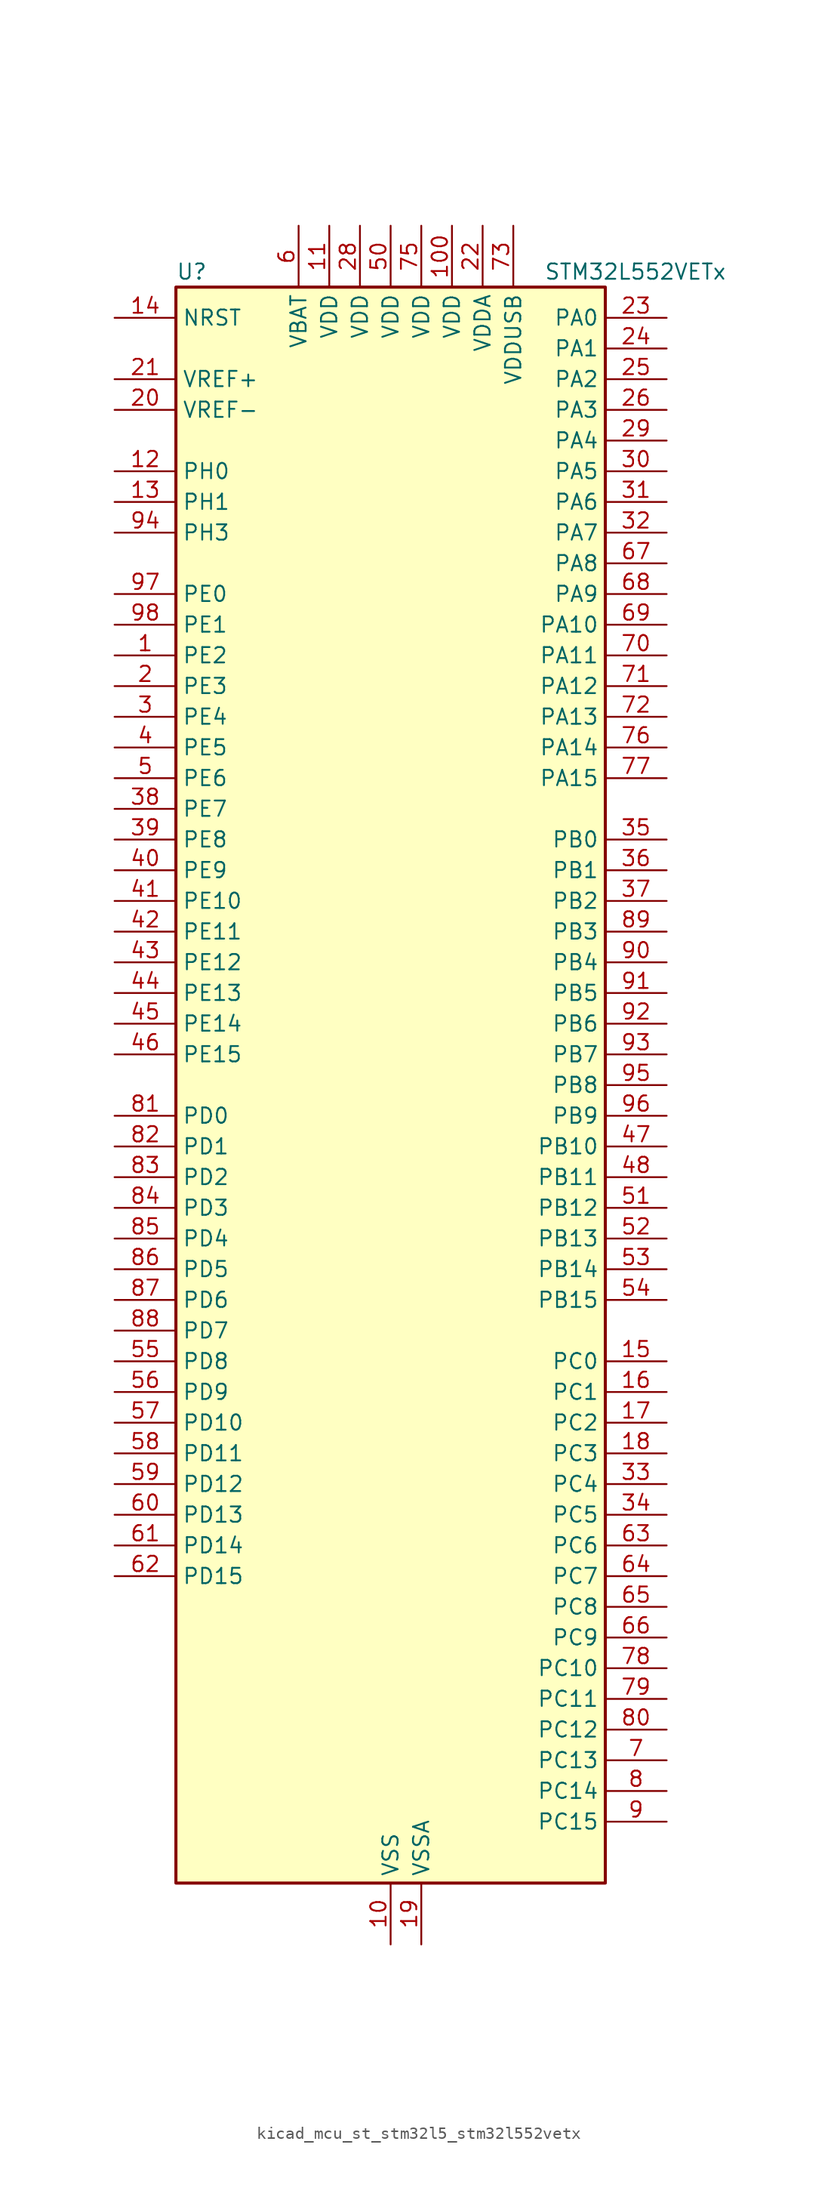
<source format=kicad_sym>
(kicad_symbol_lib
  (version 20220914)
  (generator kicad_symbol_editor)
  (symbol "kicad_mcu_st_stm32l5_stm32l552vetx"
    (property "Reference" "U"
      (at -17.78 67.31 0)
      (effects (font (size 1.27 1.27)) (justify left)))
    (property "Value" "STM32L552VETx"
      (at 12.7 67.31 0)
      (effects (font (size 1.27 1.27)) (justify left)))
    (property "ki_locked" ""
      (at 0 0 0)
      (effects (font (size 1.27 1.27))))
    (symbol "kicad_mcu_st_stm32l5_stm32l552vetx_0_1"
      (rectangle (start -17.78 -66.04) (end 17.78 66.04) (stroke (width 0.254) (type default)) (fill (type background))))
    (symbol "kicad_mcu_st_stm32l5_stm32l552vetx_1_1"
      (pin bidirectional line (at -22.86 35.56 0) (length 5.08) (name "PE2" (effects (font (size 1.27 1.27)))) (number "1" (effects (font (size 1.27 1.27)))) (alternate "DEBUG_TRACECLK" bidirectional line) (alternate "FMC_A23" bidirectional line) (alternate "SAI1_CK1" bidirectional line) (alternate "SAI1_MCLK_A" bidirectional line) (alternate "TIM3_ETR" bidirectional line) (alternate "TSC_G7_IO1" bidirectional line))
      (pin power_in line (at 0 -71.12 90) (length 5.08) (name "VSS" (effects (font (size 1.27 1.27)))) (number "10" (effects (font (size 1.27 1.27)))))
      (pin power_in line (at 5.08 71.12 270) (length 5.08) (name "VDD" (effects (font (size 1.27 1.27)))) (number "100" (effects (font (size 1.27 1.27)))))
      (pin power_in line (at -5.08 71.12 270) (length 5.08) (name "VDD" (effects (font (size 1.27 1.27)))) (number "11" (effects (font (size 1.27 1.27)))))
      (pin bidirectional line (at -22.86 50.8 0) (length 5.08) (name "PH0" (effects (font (size 1.27 1.27)))) (number "12" (effects (font (size 1.27 1.27)))) (alternate "RCC_OSC_IN" bidirectional line))
      (pin bidirectional line (at -22.86 48.26 0) (length 5.08) (name "PH1" (effects (font (size 1.27 1.27)))) (number "13" (effects (font (size 1.27 1.27)))) (alternate "RCC_OSC_OUT" bidirectional line))
      (pin input line (at -22.86 63.5 0) (length 5.08) (name "NRST" (effects (font (size 1.27 1.27)))) (number "14" (effects (font (size 1.27 1.27)))))
      (pin bidirectional line (at 22.86 -22.86 180) (length 5.08) (name "PC0" (effects (font (size 1.27 1.27)))) (number "15" (effects (font (size 1.27 1.27)))) (alternate "ADC1_IN1" bidirectional line) (alternate "ADC2_IN1" bidirectional line) (alternate "I2C3_SCL" bidirectional line) (alternate "LPTIM1_IN1" bidirectional line) (alternate "LPTIM2_IN1" bidirectional line) (alternate "LPUART1_RX" bidirectional line) (alternate "OCTOSPI1_IO7" bidirectional line) (alternate "SAI2_FS_A" bidirectional line) (alternate "SDMMC1_D5" bidirectional line))
      (pin bidirectional line (at 22.86 -25.4 180) (length 5.08) (name "PC1" (effects (font (size 1.27 1.27)))) (number "16" (effects (font (size 1.27 1.27)))) (alternate "ADC1_IN2" bidirectional line) (alternate "ADC2_IN2" bidirectional line) (alternate "DEBUG_TRACED0" bidirectional line) (alternate "I2C3_SDA" bidirectional line) (alternate "LPTIM1_OUT" bidirectional line) (alternate "LPUART1_TX" bidirectional line) (alternate "OCTOSPI1_IO4" bidirectional line) (alternate "SAI1_SD_A" bidirectional line) (alternate "SPI2_MOSI" bidirectional line))
      (pin bidirectional line (at 22.86 -27.94 180) (length 5.08) (name "PC2" (effects (font (size 1.27 1.27)))) (number "17" (effects (font (size 1.27 1.27)))) (alternate "ADC1_IN3" bidirectional line) (alternate "ADC2_IN3" bidirectional line) (alternate "DFSDM1_CKOUT" bidirectional line) (alternate "LPTIM1_IN2" bidirectional line) (alternate "OCTOSPI1_IO5" bidirectional line) (alternate "SPI2_MISO" bidirectional line))
      (pin bidirectional line (at 22.86 -30.48 180) (length 5.08) (name "PC3" (effects (font (size 1.27 1.27)))) (number "18" (effects (font (size 1.27 1.27)))) (alternate "ADC1_IN4" bidirectional line) (alternate "ADC2_IN4" bidirectional line) (alternate "LPTIM1_ETR" bidirectional line) (alternate "LPTIM2_ETR" bidirectional line) (alternate "LPTIM3_OUT" bidirectional line) (alternate "OCTOSPI1_IO6" bidirectional line) (alternate "SAI1_D1" bidirectional line) (alternate "SAI1_SD_A" bidirectional line) (alternate "SPI2_MOSI" bidirectional line))
      (pin power_in line (at 2.54 -71.12 90) (length 5.08) (name "VSSA" (effects (font (size 1.27 1.27)))) (number "19" (effects (font (size 1.27 1.27)))))
      (pin bidirectional line (at -22.86 33.02 0) (length 5.08) (name "PE3" (effects (font (size 1.27 1.27)))) (number "2" (effects (font (size 1.27 1.27)))) (alternate "DEBUG_TRACED0" bidirectional line) (alternate "FMC_A19" bidirectional line) (alternate "OCTOSPI1_DQS" bidirectional line) (alternate "SAI1_SD_B" bidirectional line) (alternate "TIM3_CH1" bidirectional line) (alternate "TSC_G7_IO2" bidirectional line))
      (pin input line (at -22.86 55.88 0) (length 5.08) (name "VREF-" (effects (font (size 1.27 1.27)))) (number "20" (effects (font (size 1.27 1.27)))))
      (pin input line (at -22.86 58.42 0) (length 5.08) (name "VREF+" (effects (font (size 1.27 1.27)))) (number "21" (effects (font (size 1.27 1.27)))))
      (pin power_in line (at 7.62 71.12 270) (length 5.08) (name "VDDA" (effects (font (size 1.27 1.27)))) (number "22" (effects (font (size 1.27 1.27)))))
      (pin bidirectional line (at 22.86 63.5 180) (length 5.08) (name "PA0" (effects (font (size 1.27 1.27)))) (number "23" (effects (font (size 1.27 1.27)))) (alternate "ADC1_IN5" bidirectional line) (alternate "ADC2_IN5" bidirectional line) (alternate "OPAMP1_VINP" bidirectional line) (alternate "PWR_WKUP1" bidirectional line) (alternate "SAI1_EXTCLK" bidirectional line) (alternate "TAMP_IN2" bidirectional line) (alternate "TAMP_OUT1" bidirectional line) (alternate "TIM2_CH1" bidirectional line) (alternate "TIM2_ETR" bidirectional line) (alternate "TIM5_CH1" bidirectional line) (alternate "TIM8_ETR" bidirectional line) (alternate "UART4_TX" bidirectional line) (alternate "USART2_CTS" bidirectional line) (alternate "USART2_NSS" bidirectional line))
      (pin bidirectional line (at 22.86 60.96 180) (length 5.08) (name "PA1" (effects (font (size 1.27 1.27)))) (number "24" (effects (font (size 1.27 1.27)))) (alternate "ADC1_IN6" bidirectional line) (alternate "ADC2_IN6" bidirectional line) (alternate "I2C1_SMBA" bidirectional line) (alternate "OCTOSPI1_DQS" bidirectional line) (alternate "OPAMP1_VINM" bidirectional line) (alternate "SPI1_SCK" bidirectional line) (alternate "TAMP_IN5" bidirectional line) (alternate "TAMP_OUT4" bidirectional line) (alternate "TIM15_CH1N" bidirectional line) (alternate "TIM2_CH2" bidirectional line) (alternate "TIM5_CH2" bidirectional line) (alternate "UART4_RX" bidirectional line) (alternate "USART2_DE" bidirectional line) (alternate "USART2_RTS" bidirectional line))
      (pin bidirectional line (at 22.86 58.42 180) (length 5.08) (name "PA2" (effects (font (size 1.27 1.27)))) (number "25" (effects (font (size 1.27 1.27)))) (alternate "ADC1_IN7" bidirectional line) (alternate "ADC2_IN7" bidirectional line) (alternate "COMP1_INP" bidirectional line) (alternate "LPUART1_TX" bidirectional line) (alternate "OCTOSPI1_NCS" bidirectional line) (alternate "PWR_WKUP4" bidirectional line) (alternate "RCC_LSCO" bidirectional line) (alternate "SAI2_EXTCLK" bidirectional line) (alternate "TIM15_CH1" bidirectional line) (alternate "TIM2_CH3" bidirectional line) (alternate "TIM5_CH3" bidirectional line) (alternate "UCPD1_FRSTX1" bidirectional line) (alternate "USART2_TX" bidirectional line))
      (pin bidirectional line (at 22.86 55.88 180) (length 5.08) (name "PA3" (effects (font (size 1.27 1.27)))) (number "26" (effects (font (size 1.27 1.27)))) (alternate "ADC1_IN8" bidirectional line) (alternate "ADC2_IN8" bidirectional line) (alternate "LPUART1_RX" bidirectional line) (alternate "OCTOSPI1_CLK" bidirectional line) (alternate "OPAMP1_VOUT" bidirectional line) (alternate "SAI1_CK1" bidirectional line) (alternate "SAI1_MCLK_A" bidirectional line) (alternate "TIM15_CH2" bidirectional line) (alternate "TIM2_CH4" bidirectional line) (alternate "TIM5_CH4" bidirectional line) (alternate "USART2_RX" bidirectional line))
      (pin passive line (at 0 -71.12 90) (length 5.08) hide (name "VSS" (effects (font (size 1.27 1.27)))) (number "27" (effects (font (size 1.27 1.27)))))
      (pin power_in line (at -2.54 71.12 270) (length 5.08) (name "VDD" (effects (font (size 1.27 1.27)))) (number "28" (effects (font (size 1.27 1.27)))))
      (pin bidirectional line (at 22.86 53.34 180) (length 5.08) (name "PA4" (effects (font (size 1.27 1.27)))) (number "29" (effects (font (size 1.27 1.27)))) (alternate "ADC1_IN9" bidirectional line) (alternate "ADC2_IN9" bidirectional line) (alternate "DAC1_OUT1" bidirectional line) (alternate "LPTIM2_OUT" bidirectional line) (alternate "OCTOSPI1_NCS" bidirectional line) (alternate "SAI1_FS_B" bidirectional line) (alternate "SPI1_NSS" bidirectional line) (alternate "SPI3_NSS" bidirectional line) (alternate "USART2_CK" bidirectional line))
      (pin bidirectional line (at -22.86 30.48 0) (length 5.08) (name "PE4" (effects (font (size 1.27 1.27)))) (number "3" (effects (font (size 1.27 1.27)))) (alternate "DEBUG_TRACED1" bidirectional line) (alternate "DFSDM1_DATIN3" bidirectional line) (alternate "FMC_A20" bidirectional line) (alternate "SAI1_D2" bidirectional line) (alternate "SAI1_FS_A" bidirectional line) (alternate "TIM3_CH2" bidirectional line) (alternate "TSC_G7_IO3" bidirectional line))
      (pin bidirectional line (at 22.86 50.8 180) (length 5.08) (name "PA5" (effects (font (size 1.27 1.27)))) (number "30" (effects (font (size 1.27 1.27)))) (alternate "ADC1_IN10" bidirectional line) (alternate "ADC2_IN10" bidirectional line) (alternate "DAC1_OUT2" bidirectional line) (alternate "LPTIM2_ETR" bidirectional line) (alternate "SPI1_SCK" bidirectional line) (alternate "TIM2_CH1" bidirectional line) (alternate "TIM2_ETR" bidirectional line) (alternate "TIM8_CH1N" bidirectional line))
      (pin bidirectional line (at 22.86 48.26 180) (length 5.08) (name "PA6" (effects (font (size 1.27 1.27)))) (number "31" (effects (font (size 1.27 1.27)))) (alternate "ADC1_IN11" bidirectional line) (alternate "ADC2_IN11" bidirectional line) (alternate "LPUART1_CTS" bidirectional line) (alternate "OCTOSPI1_IO3" bidirectional line) (alternate "OPAMP2_VINP" bidirectional line) (alternate "SPI1_MISO" bidirectional line) (alternate "TIM16_CH1" bidirectional line) (alternate "TIM1_BKIN" bidirectional line) (alternate "TIM3_CH1" bidirectional line) (alternate "TIM8_BKIN" bidirectional line) (alternate "USART3_CTS" bidirectional line) (alternate "USART3_NSS" bidirectional line))
      (pin bidirectional line (at 22.86 45.72 180) (length 5.08) (name "PA7" (effects (font (size 1.27 1.27)))) (number "32" (effects (font (size 1.27 1.27)))) (alternate "ADC1_IN12" bidirectional line) (alternate "ADC2_IN12" bidirectional line) (alternate "I2C3_SCL" bidirectional line) (alternate "OCTOSPI1_IO2" bidirectional line) (alternate "OPAMP2_VINM" bidirectional line) (alternate "SPI1_MOSI" bidirectional line) (alternate "TIM17_CH1" bidirectional line) (alternate "TIM1_CH1N" bidirectional line) (alternate "TIM3_CH2" bidirectional line) (alternate "TIM8_CH1N" bidirectional line))
      (pin bidirectional line (at 22.86 -33.02 180) (length 5.08) (name "PC4" (effects (font (size 1.27 1.27)))) (number "33" (effects (font (size 1.27 1.27)))) (alternate "ADC1_IN13" bidirectional line) (alternate "ADC2_IN13" bidirectional line) (alternate "COMP1_INM" bidirectional line) (alternate "OCTOSPI1_IO7" bidirectional line) (alternate "USART3_TX" bidirectional line))
      (pin bidirectional line (at 22.86 -35.56 180) (length 5.08) (name "PC5" (effects (font (size 1.27 1.27)))) (number "34" (effects (font (size 1.27 1.27)))) (alternate "ADC1_IN14" bidirectional line) (alternate "ADC2_IN14" bidirectional line) (alternate "COMP1_INP" bidirectional line) (alternate "PWR_WKUP5" bidirectional line) (alternate "SAI1_D3" bidirectional line) (alternate "TAMP_IN4" bidirectional line) (alternate "TAMP_OUT5" bidirectional line) (alternate "USART3_RX" bidirectional line))
      (pin bidirectional line (at 22.86 20.32 180) (length 5.08) (name "PB0" (effects (font (size 1.27 1.27)))) (number "35" (effects (font (size 1.27 1.27)))) (alternate "ADC1_IN15" bidirectional line) (alternate "ADC2_IN15" bidirectional line) (alternate "COMP1_OUT" bidirectional line) (alternate "OCTOSPI1_IO1" bidirectional line) (alternate "OPAMP2_VOUT" bidirectional line) (alternate "SAI1_EXTCLK" bidirectional line) (alternate "SPI1_NSS" bidirectional line) (alternate "TIM1_CH2N" bidirectional line) (alternate "TIM3_CH3" bidirectional line) (alternate "TIM8_CH2N" bidirectional line) (alternate "USART3_CK" bidirectional line))
      (pin bidirectional line (at 22.86 17.78 180) (length 5.08) (name "PB1" (effects (font (size 1.27 1.27)))) (number "36" (effects (font (size 1.27 1.27)))) (alternate "ADC1_IN16" bidirectional line) (alternate "ADC2_IN16" bidirectional line) (alternate "COMP1_INM" bidirectional line) (alternate "DFSDM1_DATIN0" bidirectional line) (alternate "LPTIM2_IN1" bidirectional line) (alternate "LPUART1_DE" bidirectional line) (alternate "LPUART1_RTS" bidirectional line) (alternate "OCTOSPI1_IO0" bidirectional line) (alternate "TIM1_CH3N" bidirectional line) (alternate "TIM3_CH4" bidirectional line) (alternate "TIM8_CH3N" bidirectional line) (alternate "USART3_DE" bidirectional line) (alternate "USART3_RTS" bidirectional line))
      (pin bidirectional line (at 22.86 15.24 180) (length 5.08) (name "PB2" (effects (font (size 1.27 1.27)))) (number "37" (effects (font (size 1.27 1.27)))) (alternate "COMP1_INP" bidirectional line) (alternate "DFSDM1_CKIN0" bidirectional line) (alternate "I2C3_SMBA" bidirectional line) (alternate "LPTIM1_OUT" bidirectional line) (alternate "OCTOSPI1_DQS" bidirectional line) (alternate "RTC_OUT2" bidirectional line) (alternate "UCPD1_FRSTX1" bidirectional line))
      (pin bidirectional line (at -22.86 22.86 0) (length 5.08) (name "PE7" (effects (font (size 1.27 1.27)))) (number "38" (effects (font (size 1.27 1.27)))) (alternate "DFSDM1_DATIN2" bidirectional line) (alternate "FMC_D4" bidirectional line) (alternate "FMC_DA4" bidirectional line) (alternate "SAI1_SD_B" bidirectional line) (alternate "TIM1_ETR" bidirectional line))
      (pin bidirectional line (at -22.86 20.32 0) (length 5.08) (name "PE8" (effects (font (size 1.27 1.27)))) (number "39" (effects (font (size 1.27 1.27)))) (alternate "DFSDM1_CKIN2" bidirectional line) (alternate "FMC_D5" bidirectional line) (alternate "FMC_DA5" bidirectional line) (alternate "SAI1_SCK_B" bidirectional line) (alternate "TIM1_CH1N" bidirectional line))
      (pin bidirectional line (at -22.86 27.94 0) (length 5.08) (name "PE5" (effects (font (size 1.27 1.27)))) (number "4" (effects (font (size 1.27 1.27)))) (alternate "DEBUG_TRACED2" bidirectional line) (alternate "DFSDM1_CKIN3" bidirectional line) (alternate "FMC_A21" bidirectional line) (alternate "SAI1_CK2" bidirectional line) (alternate "SAI1_SCK_A" bidirectional line) (alternate "TIM3_CH3" bidirectional line) (alternate "TSC_G7_IO4" bidirectional line))
      (pin bidirectional line (at -22.86 17.78 0) (length 5.08) (name "PE9" (effects (font (size 1.27 1.27)))) (number "40" (effects (font (size 1.27 1.27)))) (alternate "DAC1_EXTI9" bidirectional line) (alternate "DFSDM1_CKOUT" bidirectional line) (alternate "FMC_D6" bidirectional line) (alternate "FMC_DA6" bidirectional line) (alternate "OCTOSPI1_NCLK" bidirectional line) (alternate "SAI1_FS_B" bidirectional line) (alternate "TIM1_CH1" bidirectional line))
      (pin bidirectional line (at -22.86 15.24 0) (length 5.08) (name "PE10" (effects (font (size 1.27 1.27)))) (number "41" (effects (font (size 1.27 1.27)))) (alternate "FMC_D7" bidirectional line) (alternate "FMC_DA7" bidirectional line) (alternate "OCTOSPI1_CLK" bidirectional line) (alternate "SAI1_MCLK_B" bidirectional line) (alternate "TIM1_CH2N" bidirectional line) (alternate "TSC_G5_IO1" bidirectional line))
      (pin bidirectional line (at -22.86 12.7 0) (length 5.08) (name "PE11" (effects (font (size 1.27 1.27)))) (number "42" (effects (font (size 1.27 1.27)))) (alternate "ADC1_EXTI11" bidirectional line) (alternate "ADC2_EXTI11" bidirectional line) (alternate "FMC_D8" bidirectional line) (alternate "FMC_DA8" bidirectional line) (alternate "OCTOSPI1_NCS" bidirectional line) (alternate "TIM1_CH2" bidirectional line) (alternate "TSC_G5_IO2" bidirectional line))
      (pin bidirectional line (at -22.86 10.16 0) (length 5.08) (name "PE12" (effects (font (size 1.27 1.27)))) (number "43" (effects (font (size 1.27 1.27)))) (alternate "FMC_D9" bidirectional line) (alternate "FMC_DA9" bidirectional line) (alternate "OCTOSPI1_IO0" bidirectional line) (alternate "SPI1_NSS" bidirectional line) (alternate "TIM1_CH3N" bidirectional line) (alternate "TSC_G5_IO3" bidirectional line))
      (pin bidirectional line (at -22.86 7.62 0) (length 5.08) (name "PE13" (effects (font (size 1.27 1.27)))) (number "44" (effects (font (size 1.27 1.27)))) (alternate "FMC_D10" bidirectional line) (alternate "FMC_DA10" bidirectional line) (alternate "OCTOSPI1_IO1" bidirectional line) (alternate "SPI1_SCK" bidirectional line) (alternate "TIM1_CH3" bidirectional line) (alternate "TSC_G5_IO4" bidirectional line))
      (pin bidirectional line (at -22.86 5.08 0) (length 5.08) (name "PE14" (effects (font (size 1.27 1.27)))) (number "45" (effects (font (size 1.27 1.27)))) (alternate "FMC_D11" bidirectional line) (alternate "FMC_DA11" bidirectional line) (alternate "OCTOSPI1_IO2" bidirectional line) (alternate "SPI1_MISO" bidirectional line) (alternate "TIM1_BKIN2" bidirectional line) (alternate "TIM1_CH4" bidirectional line))
      (pin bidirectional line (at -22.86 2.54 0) (length 5.08) (name "PE15" (effects (font (size 1.27 1.27)))) (number "46" (effects (font (size 1.27 1.27)))) (alternate "ADC1_EXTI15" bidirectional line) (alternate "ADC2_EXTI15" bidirectional line) (alternate "FMC_D12" bidirectional line) (alternate "FMC_DA12" bidirectional line) (alternate "OCTOSPI1_IO3" bidirectional line) (alternate "SPI1_MOSI" bidirectional line) (alternate "TIM1_BKIN" bidirectional line))
      (pin bidirectional line (at 22.86 -5.08 180) (length 5.08) (name "PB10" (effects (font (size 1.27 1.27)))) (number "47" (effects (font (size 1.27 1.27)))) (alternate "COMP1_OUT" bidirectional line) (alternate "I2C2_SCL" bidirectional line) (alternate "I2C4_SCL" bidirectional line) (alternate "LPTIM3_OUT" bidirectional line) (alternate "LPUART1_RX" bidirectional line) (alternate "OCTOSPI1_CLK" bidirectional line) (alternate "SAI1_SCK_A" bidirectional line) (alternate "SPI2_SCK" bidirectional line) (alternate "TIM2_CH3" bidirectional line) (alternate "TSC_SYNC" bidirectional line) (alternate "USART3_TX" bidirectional line))
      (pin bidirectional line (at 22.86 -7.62 180) (length 5.08) (name "PB11" (effects (font (size 1.27 1.27)))) (number "48" (effects (font (size 1.27 1.27)))) (alternate "ADC1_EXTI11" bidirectional line) (alternate "ADC2_EXTI11" bidirectional line) (alternate "COMP2_OUT" bidirectional line) (alternate "I2C2_SDA" bidirectional line) (alternate "I2C4_SDA" bidirectional line) (alternate "LPUART1_TX" bidirectional line) (alternate "OCTOSPI1_NCS" bidirectional line) (alternate "TIM2_CH4" bidirectional line) (alternate "USART3_RX" bidirectional line))
      (pin passive line (at 0 -71.12 90) (length 5.08) hide (name "VSS" (effects (font (size 1.27 1.27)))) (number "49" (effects (font (size 1.27 1.27)))))
      (pin bidirectional line (at -22.86 25.4 0) (length 5.08) (name "PE6" (effects (font (size 1.27 1.27)))) (number "5" (effects (font (size 1.27 1.27)))) (alternate "DEBUG_TRACED3" bidirectional line) (alternate "FMC_A22" bidirectional line) (alternate "PWR_WKUP3" bidirectional line) (alternate "SAI1_D1" bidirectional line) (alternate "SAI1_SD_A" bidirectional line) (alternate "TAMP_IN3" bidirectional line) (alternate "TAMP_OUT6" bidirectional line) (alternate "TIM3_CH4" bidirectional line))
      (pin power_in line (at 0 71.12 270) (length 5.08) (name "VDD" (effects (font (size 1.27 1.27)))) (number "50" (effects (font (size 1.27 1.27)))))
      (pin bidirectional line (at 22.86 -10.16 180) (length 5.08) (name "PB12" (effects (font (size 1.27 1.27)))) (number "51" (effects (font (size 1.27 1.27)))) (alternate "DFSDM1_DATIN1" bidirectional line) (alternate "I2C2_SMBA" bidirectional line) (alternate "LPUART1_DE" bidirectional line) (alternate "LPUART1_RTS" bidirectional line) (alternate "OCTOSPI1_NCLK" bidirectional line) (alternate "SAI2_FS_A" bidirectional line) (alternate "SPI2_NSS" bidirectional line) (alternate "TIM15_BKIN" bidirectional line) (alternate "TIM1_BKIN" bidirectional line) (alternate "TSC_G1_IO1" bidirectional line) (alternate "USART3_CK" bidirectional line))
      (pin bidirectional line (at 22.86 -12.7 180) (length 5.08) (name "PB13" (effects (font (size 1.27 1.27)))) (number "52" (effects (font (size 1.27 1.27)))) (alternate "DFSDM1_CKIN1" bidirectional line) (alternate "I2C2_SCL" bidirectional line) (alternate "LPTIM3_IN1" bidirectional line) (alternate "LPUART1_CTS" bidirectional line) (alternate "SAI2_SCK_A" bidirectional line) (alternate "SPI2_SCK" bidirectional line) (alternate "TIM15_CH1N" bidirectional line) (alternate "TIM1_CH1N" bidirectional line) (alternate "TSC_G1_IO2" bidirectional line) (alternate "UCPD1_FRSTX2" bidirectional line) (alternate "USART3_CTS" bidirectional line) (alternate "USART3_NSS" bidirectional line))
      (pin bidirectional line (at 22.86 -15.24 180) (length 5.08) (name "PB14" (effects (font (size 1.27 1.27)))) (number "53" (effects (font (size 1.27 1.27)))) (alternate "DFSDM1_DATIN2" bidirectional line) (alternate "I2C2_SDA" bidirectional line) (alternate "LPTIM3_ETR" bidirectional line) (alternate "SAI2_MCLK_A" bidirectional line) (alternate "SPI2_MISO" bidirectional line) (alternate "TIM15_CH1" bidirectional line) (alternate "TIM1_CH2N" bidirectional line) (alternate "TIM8_CH2N" bidirectional line) (alternate "TSC_G1_IO3" bidirectional line) (alternate "UCPD1_DBCC2" bidirectional line) (alternate "USART3_DE" bidirectional line) (alternate "USART3_RTS" bidirectional line))
      (pin bidirectional line (at 22.86 -17.78 180) (length 5.08) (name "PB15" (effects (font (size 1.27 1.27)))) (number "54" (effects (font (size 1.27 1.27)))) (alternate "ADC1_EXTI15" bidirectional line) (alternate "ADC2_EXTI15" bidirectional line) (alternate "DFSDM1_CKIN2" bidirectional line) (alternate "RTC_REFIN" bidirectional line) (alternate "SAI2_SD_A" bidirectional line) (alternate "SPI2_MOSI" bidirectional line) (alternate "TIM15_CH2" bidirectional line) (alternate "TIM1_CH3N" bidirectional line) (alternate "TIM8_CH3N" bidirectional line) (alternate "UCPD1_CC2" bidirectional line))
      (pin bidirectional line (at -22.86 -22.86 0) (length 5.08) (name "PD8" (effects (font (size 1.27 1.27)))) (number "55" (effects (font (size 1.27 1.27)))) (alternate "FMC_D13" bidirectional line) (alternate "FMC_DA13" bidirectional line) (alternate "USART3_TX" bidirectional line))
      (pin bidirectional line (at -22.86 -25.4 0) (length 5.08) (name "PD9" (effects (font (size 1.27 1.27)))) (number "56" (effects (font (size 1.27 1.27)))) (alternate "DAC1_EXTI9" bidirectional line) (alternate "FMC_D14" bidirectional line) (alternate "FMC_DA14" bidirectional line) (alternate "SAI2_MCLK_A" bidirectional line) (alternate "USART3_RX" bidirectional line))
      (pin bidirectional line (at -22.86 -27.94 0) (length 5.08) (name "PD10" (effects (font (size 1.27 1.27)))) (number "57" (effects (font (size 1.27 1.27)))) (alternate "FMC_D15" bidirectional line) (alternate "FMC_DA15" bidirectional line) (alternate "SAI2_SCK_A" bidirectional line) (alternate "TSC_G6_IO1" bidirectional line) (alternate "USART3_CK" bidirectional line))
      (pin bidirectional line (at -22.86 -30.48 0) (length 5.08) (name "PD11" (effects (font (size 1.27 1.27)))) (number "58" (effects (font (size 1.27 1.27)))) (alternate "ADC1_EXTI11" bidirectional line) (alternate "ADC2_EXTI11" bidirectional line) (alternate "FMC_A16" bidirectional line) (alternate "FMC_CLE" bidirectional line) (alternate "I2C4_SMBA" bidirectional line) (alternate "LPTIM2_ETR" bidirectional line) (alternate "SAI2_SD_A" bidirectional line) (alternate "TSC_G6_IO2" bidirectional line) (alternate "USART3_CTS" bidirectional line) (alternate "USART3_NSS" bidirectional line))
      (pin bidirectional line (at -22.86 -33.02 0) (length 5.08) (name "PD12" (effects (font (size 1.27 1.27)))) (number "59" (effects (font (size 1.27 1.27)))) (alternate "FMC_A17" bidirectional line) (alternate "FMC_ALE" bidirectional line) (alternate "I2C4_SCL" bidirectional line) (alternate "LPTIM2_IN1" bidirectional line) (alternate "SAI2_FS_A" bidirectional line) (alternate "TIM4_CH1" bidirectional line) (alternate "TSC_G6_IO3" bidirectional line) (alternate "USART3_DE" bidirectional line) (alternate "USART3_RTS" bidirectional line))
      (pin power_in line (at -7.62 71.12 270) (length 5.08) (name "VBAT" (effects (font (size 1.27 1.27)))) (number "6" (effects (font (size 1.27 1.27)))))
      (pin bidirectional line (at -22.86 -35.56 0) (length 5.08) (name "PD13" (effects (font (size 1.27 1.27)))) (number "60" (effects (font (size 1.27 1.27)))) (alternate "FMC_A18" bidirectional line) (alternate "I2C4_SDA" bidirectional line) (alternate "LPTIM2_OUT" bidirectional line) (alternate "TIM4_CH2" bidirectional line) (alternate "TSC_G6_IO4" bidirectional line))
      (pin bidirectional line (at -22.86 -38.1 0) (length 5.08) (name "PD14" (effects (font (size 1.27 1.27)))) (number "61" (effects (font (size 1.27 1.27)))) (alternate "FMC_D0" bidirectional line) (alternate "FMC_DA0" bidirectional line) (alternate "TIM4_CH3" bidirectional line))
      (pin bidirectional line (at -22.86 -40.64 0) (length 5.08) (name "PD15" (effects (font (size 1.27 1.27)))) (number "62" (effects (font (size 1.27 1.27)))) (alternate "ADC1_EXTI15" bidirectional line) (alternate "ADC2_EXTI15" bidirectional line) (alternate "FMC_D1" bidirectional line) (alternate "FMC_DA1" bidirectional line) (alternate "TIM4_CH4" bidirectional line))
      (pin bidirectional line (at 22.86 -38.1 180) (length 5.08) (name "PC6" (effects (font (size 1.27 1.27)))) (number "63" (effects (font (size 1.27 1.27)))) (alternate "DFSDM1_CKIN3" bidirectional line) (alternate "SAI2_MCLK_A" bidirectional line) (alternate "SDMMC1_D0DIR" bidirectional line) (alternate "SDMMC1_D6" bidirectional line) (alternate "TIM3_CH1" bidirectional line) (alternate "TIM8_CH1" bidirectional line) (alternate "TSC_G4_IO1" bidirectional line))
      (pin bidirectional line (at 22.86 -40.64 180) (length 5.08) (name "PC7" (effects (font (size 1.27 1.27)))) (number "64" (effects (font (size 1.27 1.27)))) (alternate "DFSDM1_DATIN3" bidirectional line) (alternate "SAI2_MCLK_B" bidirectional line) (alternate "SDMMC1_D123DIR" bidirectional line) (alternate "SDMMC1_D7" bidirectional line) (alternate "TIM3_CH2" bidirectional line) (alternate "TIM8_CH2" bidirectional line) (alternate "TSC_G4_IO2" bidirectional line))
      (pin bidirectional line (at 22.86 -43.18 180) (length 5.08) (name "PC8" (effects (font (size 1.27 1.27)))) (number "65" (effects (font (size 1.27 1.27)))) (alternate "SDMMC1_D0" bidirectional line) (alternate "TIM3_CH3" bidirectional line) (alternate "TIM8_CH3" bidirectional line) (alternate "TSC_G4_IO3" bidirectional line))
      (pin bidirectional line (at 22.86 -45.72 180) (length 5.08) (name "PC9" (effects (font (size 1.27 1.27)))) (number "66" (effects (font (size 1.27 1.27)))) (alternate "DAC1_EXTI9" bidirectional line) (alternate "DEBUG_TRACED0" bidirectional line) (alternate "SAI2_EXTCLK" bidirectional line) (alternate "SDMMC1_D1" bidirectional line) (alternate "TIM3_CH4" bidirectional line) (alternate "TIM8_BKIN2" bidirectional line) (alternate "TIM8_CH4" bidirectional line) (alternate "TSC_G4_IO4" bidirectional line) (alternate "USB_NOE" bidirectional line))
      (pin bidirectional line (at 22.86 43.18 180) (length 5.08) (name "PA8" (effects (font (size 1.27 1.27)))) (number "67" (effects (font (size 1.27 1.27)))) (alternate "LPTIM2_OUT" bidirectional line) (alternate "RCC_MCO" bidirectional line) (alternate "SAI1_CK2" bidirectional line) (alternate "SAI1_SCK_A" bidirectional line) (alternate "TIM1_CH1" bidirectional line) (alternate "USART1_CK" bidirectional line))
      (pin bidirectional line (at 22.86 40.64 180) (length 5.08) (name "PA9" (effects (font (size 1.27 1.27)))) (number "68" (effects (font (size 1.27 1.27)))) (alternate "DAC1_EXTI9" bidirectional line) (alternate "SAI1_FS_A" bidirectional line) (alternate "SPI2_SCK" bidirectional line) (alternate "TIM15_BKIN" bidirectional line) (alternate "TIM1_CH2" bidirectional line) (alternate "USART1_TX" bidirectional line))
      (pin bidirectional line (at 22.86 38.1 180) (length 5.08) (name "PA10" (effects (font (size 1.27 1.27)))) (number "69" (effects (font (size 1.27 1.27)))) (alternate "CRS_SYNC" bidirectional line) (alternate "SAI1_D1" bidirectional line) (alternate "SAI1_SD_A" bidirectional line) (alternate "TIM17_BKIN" bidirectional line) (alternate "TIM1_CH3" bidirectional line) (alternate "USART1_RX" bidirectional line))
      (pin bidirectional line (at 22.86 -55.88 180) (length 5.08) (name "PC13" (effects (font (size 1.27 1.27)))) (number "7" (effects (font (size 1.27 1.27)))) (alternate "PWR_WKUP2" bidirectional line) (alternate "RTC_OUT1" bidirectional line) (alternate "RTC_TS" bidirectional line) (alternate "TAMP_IN1" bidirectional line) (alternate "TAMP_OUT2" bidirectional line))
      (pin bidirectional line (at 22.86 35.56 180) (length 5.08) (name "PA11" (effects (font (size 1.27 1.27)))) (number "70" (effects (font (size 1.27 1.27)))) (alternate "ADC1_EXTI11" bidirectional line) (alternate "ADC2_EXTI11" bidirectional line) (alternate "FDCAN1_RX" bidirectional line) (alternate "SPI1_MISO" bidirectional line) (alternate "TIM1_BKIN2" bidirectional line) (alternate "TIM1_CH4" bidirectional line) (alternate "USART1_CTS" bidirectional line) (alternate "USART1_NSS" bidirectional line) (alternate "USB_DM" bidirectional line))
      (pin bidirectional line (at 22.86 33.02 180) (length 5.08) (name "PA12" (effects (font (size 1.27 1.27)))) (number "71" (effects (font (size 1.27 1.27)))) (alternate "FDCAN1_TX" bidirectional line) (alternate "SPI1_MOSI" bidirectional line) (alternate "TIM1_ETR" bidirectional line) (alternate "USART1_DE" bidirectional line) (alternate "USART1_RTS" bidirectional line) (alternate "USB_DP" bidirectional line))
      (pin bidirectional line (at 22.86 30.48 180) (length 5.08) (name "PA13" (effects (font (size 1.27 1.27)))) (number "72" (effects (font (size 1.27 1.27)))) (alternate "DEBUG_JTMS-SWDIO" bidirectional line) (alternate "IR_OUT" bidirectional line) (alternate "SAI1_SD_B" bidirectional line) (alternate "USB_NOE" bidirectional line))
      (pin power_in line (at 10.16 71.12 270) (length 5.08) (name "VDDUSB" (effects (font (size 1.27 1.27)))) (number "73" (effects (font (size 1.27 1.27)))))
      (pin passive line (at 0 -71.12 90) (length 5.08) hide (name "VSS" (effects (font (size 1.27 1.27)))) (number "74" (effects (font (size 1.27 1.27)))))
      (pin power_in line (at 2.54 71.12 270) (length 5.08) (name "VDD" (effects (font (size 1.27 1.27)))) (number "75" (effects (font (size 1.27 1.27)))))
      (pin bidirectional line (at 22.86 27.94 180) (length 5.08) (name "PA14" (effects (font (size 1.27 1.27)))) (number "76" (effects (font (size 1.27 1.27)))) (alternate "DEBUG_JTCK-SWCLK" bidirectional line) (alternate "I2C1_SMBA" bidirectional line) (alternate "I2C4_SMBA" bidirectional line) (alternate "LPTIM1_OUT" bidirectional line) (alternate "SAI1_FS_B" bidirectional line))
      (pin bidirectional line (at 22.86 25.4 180) (length 5.08) (name "PA15" (effects (font (size 1.27 1.27)))) (number "77" (effects (font (size 1.27 1.27)))) (alternate "ADC1_EXTI15" bidirectional line) (alternate "ADC2_EXTI15" bidirectional line) (alternate "DEBUG_JTDI" bidirectional line) (alternate "SAI2_FS_B" bidirectional line) (alternate "SPI1_NSS" bidirectional line) (alternate "SPI3_NSS" bidirectional line) (alternate "TIM2_CH1" bidirectional line) (alternate "TIM2_ETR" bidirectional line) (alternate "UART4_DE" bidirectional line) (alternate "UART4_RTS" bidirectional line) (alternate "UCPD1_CC1" bidirectional line) (alternate "USART2_RX" bidirectional line) (alternate "USART3_DE" bidirectional line) (alternate "USART3_RTS" bidirectional line))
      (pin bidirectional line (at 22.86 -48.26 180) (length 5.08) (name "PC10" (effects (font (size 1.27 1.27)))) (number "78" (effects (font (size 1.27 1.27)))) (alternate "DEBUG_TRACED1" bidirectional line) (alternate "LPTIM3_ETR" bidirectional line) (alternate "SAI2_SCK_B" bidirectional line) (alternate "SDMMC1_D2" bidirectional line) (alternate "SPI3_SCK" bidirectional line) (alternate "TSC_G3_IO2" bidirectional line) (alternate "UART4_TX" bidirectional line) (alternate "USART3_TX" bidirectional line))
      (pin bidirectional line (at 22.86 -50.8 180) (length 5.08) (name "PC11" (effects (font (size 1.27 1.27)))) (number "79" (effects (font (size 1.27 1.27)))) (alternate "ADC1_EXTI11" bidirectional line) (alternate "ADC2_EXTI11" bidirectional line) (alternate "LPTIM3_IN1" bidirectional line) (alternate "OCTOSPI1_NCS" bidirectional line) (alternate "SAI2_MCLK_B" bidirectional line) (alternate "SDMMC1_D3" bidirectional line) (alternate "SPI3_MISO" bidirectional line) (alternate "TSC_G3_IO3" bidirectional line) (alternate "UART4_RX" bidirectional line) (alternate "UCPD1_FRSTX2" bidirectional line) (alternate "USART3_RX" bidirectional line))
      (pin bidirectional line (at 22.86 -58.42 180) (length 5.08) (name "PC14" (effects (font (size 1.27 1.27)))) (number "8" (effects (font (size 1.27 1.27)))) (alternate "RCC_OSC32_IN" bidirectional line))
      (pin bidirectional line (at 22.86 -53.34 180) (length 5.08) (name "PC12" (effects (font (size 1.27 1.27)))) (number "80" (effects (font (size 1.27 1.27)))) (alternate "DEBUG_TRACED3" bidirectional line) (alternate "SAI2_SD_B" bidirectional line) (alternate "SDMMC1_CK" bidirectional line) (alternate "SPI3_MOSI" bidirectional line) (alternate "TSC_G3_IO4" bidirectional line) (alternate "UART5_TX" bidirectional line) (alternate "USART3_CK" bidirectional line))
      (pin bidirectional line (at -22.86 -2.54 0) (length 5.08) (name "PD0" (effects (font (size 1.27 1.27)))) (number "81" (effects (font (size 1.27 1.27)))) (alternate "FDCAN1_RX" bidirectional line) (alternate "FMC_D2" bidirectional line) (alternate "FMC_DA2" bidirectional line) (alternate "SPI2_NSS" bidirectional line))
      (pin bidirectional line (at -22.86 -5.08 0) (length 5.08) (name "PD1" (effects (font (size 1.27 1.27)))) (number "82" (effects (font (size 1.27 1.27)))) (alternate "FDCAN1_TX" bidirectional line) (alternate "FMC_D3" bidirectional line) (alternate "FMC_DA3" bidirectional line) (alternate "SPI2_SCK" bidirectional line))
      (pin bidirectional line (at -22.86 -7.62 0) (length 5.08) (name "PD2" (effects (font (size 1.27 1.27)))) (number "83" (effects (font (size 1.27 1.27)))) (alternate "DEBUG_TRACED2" bidirectional line) (alternate "SDMMC1_CMD" bidirectional line) (alternate "TIM3_ETR" bidirectional line) (alternate "TSC_SYNC" bidirectional line) (alternate "UART5_RX" bidirectional line) (alternate "USART3_DE" bidirectional line) (alternate "USART3_RTS" bidirectional line))
      (pin bidirectional line (at -22.86 -10.16 0) (length 5.08) (name "PD3" (effects (font (size 1.27 1.27)))) (number "84" (effects (font (size 1.27 1.27)))) (alternate "DFSDM1_DATIN0" bidirectional line) (alternate "FMC_CLK" bidirectional line) (alternate "SPI2_MISO" bidirectional line) (alternate "SPI2_SCK" bidirectional line) (alternate "USART2_CTS" bidirectional line) (alternate "USART2_NSS" bidirectional line))
      (pin bidirectional line (at -22.86 -12.7 0) (length 5.08) (name "PD4" (effects (font (size 1.27 1.27)))) (number "85" (effects (font (size 1.27 1.27)))) (alternate "DFSDM1_CKIN0" bidirectional line) (alternate "FMC_NOE" bidirectional line) (alternate "OCTOSPI1_IO4" bidirectional line) (alternate "SPI2_MOSI" bidirectional line) (alternate "USART2_DE" bidirectional line) (alternate "USART2_RTS" bidirectional line))
      (pin bidirectional line (at -22.86 -15.24 0) (length 5.08) (name "PD5" (effects (font (size 1.27 1.27)))) (number "86" (effects (font (size 1.27 1.27)))) (alternate "FMC_NWE" bidirectional line) (alternate "OCTOSPI1_IO5" bidirectional line) (alternate "USART2_TX" bidirectional line))
      (pin bidirectional line (at -22.86 -17.78 0) (length 5.08) (name "PD6" (effects (font (size 1.27 1.27)))) (number "87" (effects (font (size 1.27 1.27)))) (alternate "DFSDM1_DATIN1" bidirectional line) (alternate "FMC_NWAIT" bidirectional line) (alternate "OCTOSPI1_IO6" bidirectional line) (alternate "SAI1_D1" bidirectional line) (alternate "SAI1_SD_A" bidirectional line) (alternate "SPI3_MOSI" bidirectional line) (alternate "USART2_RX" bidirectional line))
      (pin bidirectional line (at -22.86 -20.32 0) (length 5.08) (name "PD7" (effects (font (size 1.27 1.27)))) (number "88" (effects (font (size 1.27 1.27)))) (alternate "DFSDM1_CKIN1" bidirectional line) (alternate "FMC_NCE" bidirectional line) (alternate "FMC_NE1" bidirectional line) (alternate "OCTOSPI1_IO7" bidirectional line) (alternate "USART2_CK" bidirectional line))
      (pin bidirectional line (at 22.86 12.7 180) (length 5.08) (name "PB3" (effects (font (size 1.27 1.27)))) (number "89" (effects (font (size 1.27 1.27)))) (alternate "COMP2_INM" bidirectional line) (alternate "CRS_SYNC" bidirectional line) (alternate "DEBUG_JTDO-SWO" bidirectional line) (alternate "SAI1_SCK_B" bidirectional line) (alternate "SPI1_SCK" bidirectional line) (alternate "SPI3_SCK" bidirectional line) (alternate "TIM2_CH2" bidirectional line) (alternate "USART1_DE" bidirectional line) (alternate "USART1_RTS" bidirectional line))
      (pin bidirectional line (at 22.86 -60.96 180) (length 5.08) (name "PC15" (effects (font (size 1.27 1.27)))) (number "9" (effects (font (size 1.27 1.27)))) (alternate "ADC1_EXTI15" bidirectional line) (alternate "ADC2_EXTI15" bidirectional line) (alternate "RCC_OSC32_OUT" bidirectional line))
      (pin bidirectional line (at 22.86 10.16 180) (length 5.08) (name "PB4" (effects (font (size 1.27 1.27)))) (number "90" (effects (font (size 1.27 1.27)))) (alternate "COMP2_INP" bidirectional line) (alternate "DEBUG_JTRST" bidirectional line) (alternate "I2C3_SDA" bidirectional line) (alternate "SAI1_MCLK_B" bidirectional line) (alternate "SPI1_MISO" bidirectional line) (alternate "SPI3_MISO" bidirectional line) (alternate "TIM17_BKIN" bidirectional line) (alternate "TIM3_CH1" bidirectional line) (alternate "TSC_G2_IO1" bidirectional line) (alternate "UART5_DE" bidirectional line) (alternate "UART5_RTS" bidirectional line) (alternate "USART1_CTS" bidirectional line) (alternate "USART1_NSS" bidirectional line))
      (pin bidirectional line (at 22.86 7.62 180) (length 5.08) (name "PB5" (effects (font (size 1.27 1.27)))) (number "91" (effects (font (size 1.27 1.27)))) (alternate "COMP2_OUT" bidirectional line) (alternate "I2C1_SMBA" bidirectional line) (alternate "LPTIM1_IN1" bidirectional line) (alternate "OCTOSPI1_NCLK" bidirectional line) (alternate "SAI1_SD_B" bidirectional line) (alternate "SPI1_MOSI" bidirectional line) (alternate "SPI3_MOSI" bidirectional line) (alternate "TIM16_BKIN" bidirectional line) (alternate "TIM3_CH2" bidirectional line) (alternate "TSC_G2_IO2" bidirectional line) (alternate "UART5_CTS" bidirectional line) (alternate "UCPD1_DBCC1" bidirectional line) (alternate "USART1_CK" bidirectional line))
      (pin bidirectional line (at 22.86 5.08 180) (length 5.08) (name "PB6" (effects (font (size 1.27 1.27)))) (number "92" (effects (font (size 1.27 1.27)))) (alternate "COMP2_INP" bidirectional line) (alternate "I2C1_SCL" bidirectional line) (alternate "I2C4_SCL" bidirectional line) (alternate "LPTIM1_ETR" bidirectional line) (alternate "SAI1_FS_B" bidirectional line) (alternate "TIM16_CH1N" bidirectional line) (alternate "TIM4_CH1" bidirectional line) (alternate "TIM8_BKIN2" bidirectional line) (alternate "TSC_G2_IO3" bidirectional line) (alternate "USART1_TX" bidirectional line))
      (pin bidirectional line (at 22.86 2.54 180) (length 5.08) (name "PB7" (effects (font (size 1.27 1.27)))) (number "93" (effects (font (size 1.27 1.27)))) (alternate "COMP2_INM" bidirectional line) (alternate "FMC_NL" bidirectional line) (alternate "I2C1_SDA" bidirectional line) (alternate "I2C4_SDA" bidirectional line) (alternate "LPTIM1_IN2" bidirectional line) (alternate "PWR_PVD_IN" bidirectional line) (alternate "TIM17_CH1N" bidirectional line) (alternate "TIM4_CH2" bidirectional line) (alternate "TIM8_BKIN" bidirectional line) (alternate "TSC_G2_IO4" bidirectional line) (alternate "UART4_CTS" bidirectional line) (alternate "USART1_RX" bidirectional line))
      (pin bidirectional line (at -22.86 45.72 0) (length 5.08) (name "PH3" (effects (font (size 1.27 1.27)))) (number "94" (effects (font (size 1.27 1.27)))))
      (pin bidirectional line (at 22.86 0 180) (length 5.08) (name "PB8" (effects (font (size 1.27 1.27)))) (number "95" (effects (font (size 1.27 1.27)))) (alternate "DFSDM1_CKOUT" bidirectional line) (alternate "FDCAN1_RX" bidirectional line) (alternate "I2C1_SCL" bidirectional line) (alternate "SAI1_CK1" bidirectional line) (alternate "SAI1_MCLK_A" bidirectional line) (alternate "SDMMC1_CKIN" bidirectional line) (alternate "SDMMC1_D4" bidirectional line) (alternate "TIM16_CH1" bidirectional line) (alternate "TIM4_CH3" bidirectional line))
      (pin bidirectional line (at 22.86 -2.54 180) (length 5.08) (name "PB9" (effects (font (size 1.27 1.27)))) (number "96" (effects (font (size 1.27 1.27)))) (alternate "DAC1_EXTI9" bidirectional line) (alternate "FDCAN1_TX" bidirectional line) (alternate "I2C1_SDA" bidirectional line) (alternate "IR_OUT" bidirectional line) (alternate "SAI1_D2" bidirectional line) (alternate "SAI1_FS_A" bidirectional line) (alternate "SDMMC1_CDIR" bidirectional line) (alternate "SDMMC1_D5" bidirectional line) (alternate "SPI2_NSS" bidirectional line) (alternate "TIM17_CH1" bidirectional line) (alternate "TIM4_CH4" bidirectional line))
      (pin bidirectional line (at -22.86 40.64 0) (length 5.08) (name "PE0" (effects (font (size 1.27 1.27)))) (number "97" (effects (font (size 1.27 1.27)))) (alternate "FMC_NBL0" bidirectional line) (alternate "TIM16_CH1" bidirectional line) (alternate "TIM4_ETR" bidirectional line))
      (pin bidirectional line (at -22.86 38.1 0) (length 5.08) (name "PE1" (effects (font (size 1.27 1.27)))) (number "98" (effects (font (size 1.27 1.27)))) (alternate "FMC_NBL1" bidirectional line) (alternate "TIM17_CH1" bidirectional line))
      (pin passive line (at 0 -71.12 90) (length 5.08) hide (name "VSS" (effects (font (size 1.27 1.27)))) (number "99" (effects (font (size 1.27 1.27))))))))
</source>
